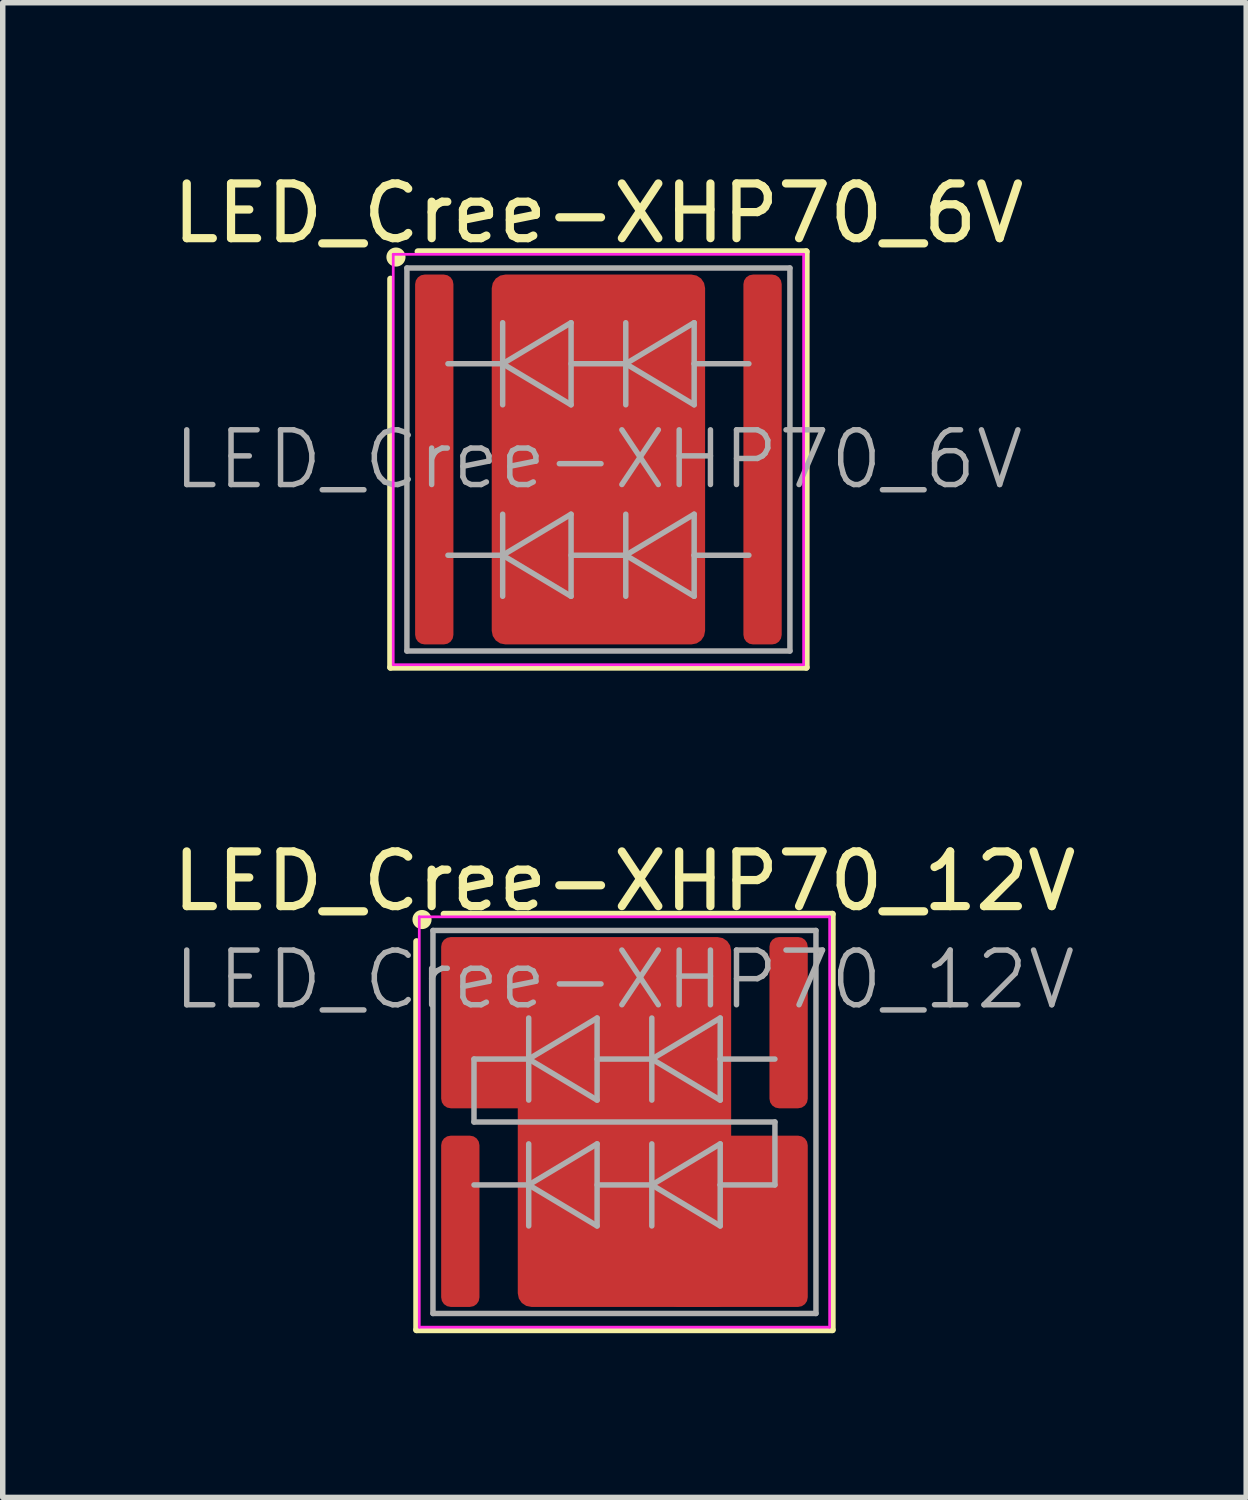
<source format=kicad_pcb>
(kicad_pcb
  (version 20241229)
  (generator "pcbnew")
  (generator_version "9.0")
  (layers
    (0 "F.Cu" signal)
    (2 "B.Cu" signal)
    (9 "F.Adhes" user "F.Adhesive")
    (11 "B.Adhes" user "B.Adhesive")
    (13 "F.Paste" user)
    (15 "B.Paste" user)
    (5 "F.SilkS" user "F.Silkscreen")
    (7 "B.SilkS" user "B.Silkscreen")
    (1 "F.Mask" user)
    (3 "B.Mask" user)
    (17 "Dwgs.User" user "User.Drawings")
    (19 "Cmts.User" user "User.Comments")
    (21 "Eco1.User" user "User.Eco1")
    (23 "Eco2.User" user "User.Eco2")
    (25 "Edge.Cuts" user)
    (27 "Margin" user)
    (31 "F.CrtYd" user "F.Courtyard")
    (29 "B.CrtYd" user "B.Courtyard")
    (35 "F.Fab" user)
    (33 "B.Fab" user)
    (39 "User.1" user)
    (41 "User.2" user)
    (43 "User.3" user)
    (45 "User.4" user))
  (footprint "LED_Cree-XHP70_6V"
    (layer "F.Cu")
    (at 7.887 5.348)
    (property "Reference" "LED_Cree-XHP70_6V" (at 0 -4.5 0) (layer "F.SilkS") (effects (font (size 1 1) (thickness 0.15))))
    (attr smd)
    (fp_line (start -3.8 -3.3) (end -3.8 3.8) (stroke (width 0.12) (type default)) (layer "F.SilkS"))
    (fp_line (start -3.8 3.8) (end 3.8 3.8) (stroke (width 0.12) (type default)) (layer "F.SilkS"))
    (fp_line (start 3.8 -3.8) (end -3.3 -3.8) (stroke (width 0.12) (type default)) (layer "F.SilkS"))
    (fp_line (start 3.8 3.8) (end 3.8 -3.8) (stroke (width 0.12) (type default)) (layer "F.SilkS"))
    (fp_circle (center -3.7 -3.7) (end -3.6 -3.7) (stroke (width 0.15) (type solid)) (fill yes) (layer "F.SilkS"))
    (fp_line (start -3.75 -3.75) (end -3.75 3.75) (stroke (width 0.05) (type solid)) (layer "F.CrtYd"))
    (fp_line (start -3.75 3.75) (end 3.75 3.75) (stroke (width 0.05) (type solid)) (layer "F.CrtYd"))
    (fp_line (start 3.75 -3.75) (end -3.75 -3.75) (stroke (width 0.05) (type solid)) (layer "F.CrtYd"))
    (fp_line (start 3.75 3.75) (end 3.75 -3.75) (stroke (width 0.05) (type solid)) (layer "F.CrtYd"))
    (fp_line (start -3.5 -3.5) (end -3.5 3.5) (stroke (width 0.1) (type solid)) (layer "F.Fab"))
    (fp_line (start -3.5 3.5) (end 3.5 3.5) (stroke (width 0.1) (type solid)) (layer "F.Fab"))
    (fp_line (start -2.75 -1.75) (end -1.75 -1.75) (stroke (width 0.1) (type solid)) (layer "F.Fab"))
    (fp_line (start -2.75 1.75) (end -1.75 1.75) (stroke (width 0.1) (type solid)) (layer "F.Fab"))
    (fp_line (start -1.75 -1.75) (end -1.75 -2.5) (stroke (width 0.1) (type solid)) (layer "F.Fab"))
    (fp_line (start -1.75 -1.75) (end -1.75 -1) (stroke (width 0.1) (type solid)) (layer "F.Fab"))
    (fp_line (start -1.75 -1.75) (end -0.5 -1) (stroke (width 0.1) (type solid)) (layer "F.Fab"))
    (fp_line (start -1.75 1.75) (end -1.75 1) (stroke (width 0.1) (type solid)) (layer "F.Fab"))
    (fp_line (start -1.75 1.75) (end -1.75 2.5) (stroke (width 0.1) (type solid)) (layer "F.Fab"))
    (fp_line (start -1.75 1.75) (end -0.5 2.5) (stroke (width 0.1) (type solid)) (layer "F.Fab"))
    (fp_line (start -0.5 -2.5) (end -1.75 -1.75) (stroke (width 0.1) (type solid)) (layer "F.Fab"))
    (fp_line (start -0.5 -1.75) (end 0.5 -1.75) (stroke (width 0.1) (type solid)) (layer "F.Fab"))
    (fp_line (start -0.5 -1) (end -0.5 -2.5) (stroke (width 0.1) (type solid)) (layer "F.Fab"))
    (fp_line (start -0.5 1) (end -1.75 1.75) (stroke (width 0.1) (type solid)) (layer "F.Fab"))
    (fp_line (start -0.5 1.75) (end 0.5 1.75) (stroke (width 0.1) (type solid)) (layer "F.Fab"))
    (fp_line (start -0.5 2.5) (end -0.5 1) (stroke (width 0.1) (type solid)) (layer "F.Fab"))
    (fp_line (start 0.5 -2.5) (end 0.5 -1) (stroke (width 0.1) (type solid)) (layer "F.Fab"))
    (fp_line (start 0.5 -1.75) (end 1.75 -2.5) (stroke (width 0.1) (type solid)) (layer "F.Fab"))
    (fp_line (start 0.5 1) (end 0.5 2.5) (stroke (width 0.1) (type solid)) (layer "F.Fab"))
    (fp_line (start 0.5 1.75) (end 1.75 1) (stroke (width 0.1) (type solid)) (layer "F.Fab"))
    (fp_line (start 1.75 -1.75) (end 1.75 -2.5) (stroke (width 0.1) (type solid)) (layer "F.Fab"))
    (fp_line (start 1.75 -1.75) (end 1.75 -1) (stroke (width 0.1) (type solid)) (layer "F.Fab"))
    (fp_line (start 1.75 -1) (end 0.5 -1.75) (stroke (width 0.1) (type solid)) (layer "F.Fab"))
    (fp_line (start 1.75 1.75) (end 1.75 1) (stroke (width 0.1) (type solid)) (layer "F.Fab"))
    (fp_line (start 1.75 1.75) (end 1.75 2.5) (stroke (width 0.1) (type solid)) (layer "F.Fab"))
    (fp_line (start 1.75 2.5) (end 0.5 1.75) (stroke (width 0.1) (type solid)) (layer "F.Fab"))
    (fp_line (start 2.75 -1.75) (end 1.75 -1.75) (stroke (width 0.1) (type solid)) (layer "F.Fab"))
    (fp_line (start 2.75 1.75) (end 1.75 1.75) (stroke (width 0.1) (type solid)) (layer "F.Fab"))
    (fp_line (start 3.5 -3.5) (end -3.5 -3.5) (stroke (width 0.1) (type solid)) (layer "F.Fab"))
    (fp_line (start 3.5 3.5) (end 3.5 -3.5) (stroke (width 0.1) (type solid)) (layer "F.Fab"))
    (fp_text user "${REFERENCE}" (at 0 0 0) (layer "F.Fab") (effects (font (size 1 1) (thickness 0.1))))
    (pad "" smd roundrect (at -3 -1.775) (size 0.6 3.05) (layers "F.Paste") (roundrect_rratio 0.25))
    (pad "" smd roundrect (at -3 1.775) (size 0.6 3.05) (layers "F.Paste") (roundrect_rratio 0.25))
    (pad "" smd roundrect (at -0.77 -2.31) (size 1.29 1.29) (layers "F.Paste") (roundrect_rratio 0.194))
    (pad "" smd roundrect (at -0.77 -0.77) (size 1.29 1.29) (layers "F.Paste") (roundrect_rratio 0.194))
    (pad "" smd roundrect (at -0.77 0.77) (size 1.29 1.29) (layers "F.Paste") (roundrect_rratio 0.194))
    (pad "" smd roundrect (at -0.77 2.31) (size 1.29 1.29) (layers "F.Paste") (roundrect_rratio 0.194))
    (pad "" smd roundrect (at 0.77 -2.31) (size 1.29 1.29) (layers "F.Paste") (roundrect_rratio 0.194))
    (pad "" smd roundrect (at 0.77 -0.77) (size 1.29 1.29) (layers "F.Paste") (roundrect_rratio 0.194))
    (pad "" smd roundrect (at 0.77 0.77) (size 1.29 1.29) (layers "F.Paste") (roundrect_rratio 0.194))
    (pad "" smd roundrect (at 0.77 2.31) (size 1.29 1.29) (layers "F.Paste") (roundrect_rratio 0.194))
    (pad "" smd roundrect (at 3 -1.775) (size 0.6 3.05) (layers "F.Paste") (roundrect_rratio 0.25))
    (pad "" smd roundrect (at 3 1.775) (size 0.6 3.05) (layers "F.Paste") (roundrect_rratio 0.25))
    (pad "1" smd roundrect (at -3 0) (size 0.7 6.76) (layers "F.Cu" "F.Mask") (roundrect_rratio 0.25))
    (pad "2" smd roundrect (at 3 0) (size 0.7 6.76) (layers "F.Cu" "F.Mask") (roundrect_rratio 0.25))
    (pad "3" smd roundrect (at 0 0) (size 3.9 6.76) (layers "F.Cu" "F.Mask") (roundrect_rratio 0.064)))
  (footprint "LED_Cree-XHP70_12V"
    (layer "F.Cu")
    (at 8.363 17.456)
    (property "Reference" "LED_Cree-XHP70_12V" (at 0 -4.4 0) (layer "F.SilkS") (effects (font (size 1 1) (thickness 0.15))))
    (attr smd)
    (fp_line (start -3.8 3.8) (end -3.8 -3.3) (stroke (width 0.12) (type default)) (layer "F.SilkS"))
    (fp_line (start -3.3 -3.8) (end 3.8 -3.8) (stroke (width 0.12) (type default)) (layer "F.SilkS"))
    (fp_line (start 3.8 -3.8) (end 3.8 3.8) (stroke (width 0.12) (type default)) (layer "F.SilkS"))
    (fp_line (start 3.8 3.8) (end -3.8 3.8) (stroke (width 0.12) (type default)) (layer "F.SilkS"))
    (fp_circle (center -3.7 -3.7) (end -3.6 -3.7) (stroke (width 0.15) (type solid)) (fill yes) (layer "F.SilkS"))
    (fp_line (start -3.75 -3.75) (end -3.75 3.75) (stroke (width 0.05) (type solid)) (layer "F.CrtYd"))
    (fp_line (start -3.75 3.75) (end 3.75 3.75) (stroke (width 0.05) (type solid)) (layer "F.CrtYd"))
    (fp_line (start 3.75 -3.75) (end -3.75 -3.75) (stroke (width 0.05) (type solid)) (layer "F.CrtYd"))
    (fp_line (start 3.75 3.75) (end 3.75 -3.75) (stroke (width 0.05) (type solid)) (layer "F.CrtYd"))
    (fp_line (start -3.5 -3.5) (end -3.5 3.5) (stroke (width 0.1) (type solid)) (layer "F.Fab"))
    (fp_line (start -3.5 3.5) (end 3.5 3.5) (stroke (width 0.1) (type solid)) (layer "F.Fab"))
    (fp_line (start -2.75 -1.15) (end -2.75 0) (stroke (width 0.1) (type solid)) (layer "F.Fab"))
    (fp_line (start -2.75 -1.15) (end -1.75 -1.15) (stroke (width 0.1) (type solid)) (layer "F.Fab"))
    (fp_line (start -2.75 0) (end 2.75 0) (stroke (width 0.1) (type solid)) (layer "F.Fab"))
    (fp_line (start -2.75 1.15) (end -1.75 1.15) (stroke (width 0.1) (type solid)) (layer "F.Fab"))
    (fp_line (start -1.75 -1.15) (end -1.75 -1.9) (stroke (width 0.1) (type solid)) (layer "F.Fab"))
    (fp_line (start -1.75 -1.15) (end -1.75 -0.4) (stroke (width 0.1) (type solid)) (layer "F.Fab"))
    (fp_line (start -1.75 -1.15) (end -0.5 -0.4) (stroke (width 0.1) (type solid)) (layer "F.Fab"))
    (fp_line (start -1.75 1.15) (end -1.75 0.4) (stroke (width 0.1) (type solid)) (layer "F.Fab"))
    (fp_line (start -1.75 1.15) (end -1.75 1.9) (stroke (width 0.1) (type solid)) (layer "F.Fab"))
    (fp_line (start -1.75 1.15) (end -0.5 1.9) (stroke (width 0.1) (type solid)) (layer "F.Fab"))
    (fp_line (start -0.5 -1.9) (end -1.75 -1.15) (stroke (width 0.1) (type solid)) (layer "F.Fab"))
    (fp_line (start -0.5 -1.15) (end 0.5 -1.15) (stroke (width 0.1) (type solid)) (layer "F.Fab"))
    (fp_line (start -0.5 -0.4) (end -0.5 -1.9) (stroke (width 0.1) (type solid)) (layer "F.Fab"))
    (fp_line (start -0.5 0.4) (end -1.75 1.15) (stroke (width 0.1) (type solid)) (layer "F.Fab"))
    (fp_line (start -0.5 1.15) (end 0.5 1.15) (stroke (width 0.1) (type solid)) (layer "F.Fab"))
    (fp_line (start -0.5 1.9) (end -0.5 0.4) (stroke (width 0.1) (type solid)) (layer "F.Fab"))
    (fp_line (start 0.5 -1.9) (end 0.5 -0.4) (stroke (width 0.1) (type solid)) (layer "F.Fab"))
    (fp_line (start 0.5 -1.15) (end 1.75 -1.9) (stroke (width 0.1) (type solid)) (layer "F.Fab"))
    (fp_line (start 0.5 0.4) (end 0.5 1.9) (stroke (width 0.1) (type solid)) (layer "F.Fab"))
    (fp_line (start 0.5 1.15) (end 1.75 0.4) (stroke (width 0.1) (type solid)) (layer "F.Fab"))
    (fp_line (start 1.75 -1.15) (end 1.75 -1.9) (stroke (width 0.1) (type solid)) (layer "F.Fab"))
    (fp_line (start 1.75 -1.15) (end 1.75 -0.4) (stroke (width 0.1) (type solid)) (layer "F.Fab"))
    (fp_line (start 1.75 -0.4) (end 0.5 -1.15) (stroke (width 0.1) (type solid)) (layer "F.Fab"))
    (fp_line (start 1.75 1.15) (end 1.75 0.4) (stroke (width 0.1) (type solid)) (layer "F.Fab"))
    (fp_line (start 1.75 1.15) (end 1.75 1.9) (stroke (width 0.1) (type solid)) (layer "F.Fab"))
    (fp_line (start 1.75 1.9) (end 0.5 1.15) (stroke (width 0.1) (type solid)) (layer "F.Fab"))
    (fp_line (start 2.75 -1.15) (end 1.75 -1.15) (stroke (width 0.1) (type solid)) (layer "F.Fab"))
    (fp_line (start 2.75 0) (end 2.75 1.15) (stroke (width 0.1) (type solid)) (layer "F.Fab"))
    (fp_line (start 2.75 1.15) (end 1.75 1.15) (stroke (width 0.1) (type solid)) (layer "F.Fab"))
    (fp_line (start 3.5 -3.5) (end -3.5 -3.5) (stroke (width 0.1) (type solid)) (layer "F.Fab"))
    (fp_line (start 3.5 3.5) (end 3.5 -3.5) (stroke (width 0.1) (type solid)) (layer "F.Fab"))
    (fp_text user "${REFERENCE}" (at 0 -2.6 0) (layer "F.Fab") (effects (font (size 1 1) (thickness 0.1))))
    (pad "" smd roundrect (at -3 -1.815) (size 0.6 3.03) (layers "F.Paste") (roundrect_rratio 0.25))
    (pad "" smd roundrect (at -0.77 -2.31) (size 1.29 1.29) (layers "F.Paste") (roundrect_rratio 0.194))
    (pad "" smd roundrect (at -0.77 -0.77) (size 1.29 1.29) (layers "F.Paste") (roundrect_rratio 0.194))
    (pad "" smd roundrect (at -0.77 0.77) (size 1.29 1.29) (layers "F.Paste") (roundrect_rratio 0.194))
    (pad "" smd roundrect (at -0.77 2.31) (size 1.29 1.29) (layers "F.Paste") (roundrect_rratio 0.194))
    (pad "" smd roundrect (at 0.77 -2.31) (size 1.29 1.29) (layers "F.Paste") (roundrect_rratio 0.194))
    (pad "" smd roundrect (at 0.77 -0.77) (size 1.29 1.29) (layers "F.Paste") (roundrect_rratio 0.194))
    (pad "" smd roundrect (at 0.77 0.77) (size 1.29 1.29) (layers "F.Paste") (roundrect_rratio 0.194))
    (pad "" smd roundrect (at 0.77 2.31) (size 1.29 1.29) (layers "F.Paste") (roundrect_rratio 0.194))
    (pad "" smd roundrect (at 3 1.815) (size 0.6 3.03) (layers "F.Paste") (roundrect_rratio 0.25))
    (pad "1" smd roundrect (at -3 1.815) (size 0.7 3.13) (layers "F.Cu" "F.Mask" "F.Paste") (roundrect_rratio 0.25))
    (pad "2" smd roundrect (at 3 -1.815) (size 0.7 3.13) (layers "F.Cu" "F.Mask" "F.Paste") (roundrect_rratio 0.25))
    (pad "3" smd roundrect (at -2.375 -1.815) (size 1.95 3.13) (layers "F.Cu" "F.Mask") (roundrect_rratio 0.09))
    (pad "3" smd roundrect (at 0 0) (size 3.9 6.76) (layers "F.Cu" "F.Mask") (roundrect_rratio 0.064))
    (pad "3" smd roundrect (at 2.075 1.815) (size 2.55 3.13) (layers "F.Cu" "F.Mask") (roundrect_rratio 0.069)))
  (gr_rect
    (start -3 -3)
    (end 19.726 24.317)
    (stroke (width 0.1) (type default))
    (fill no)
    (layer "Edge.Cuts")))
</source>
